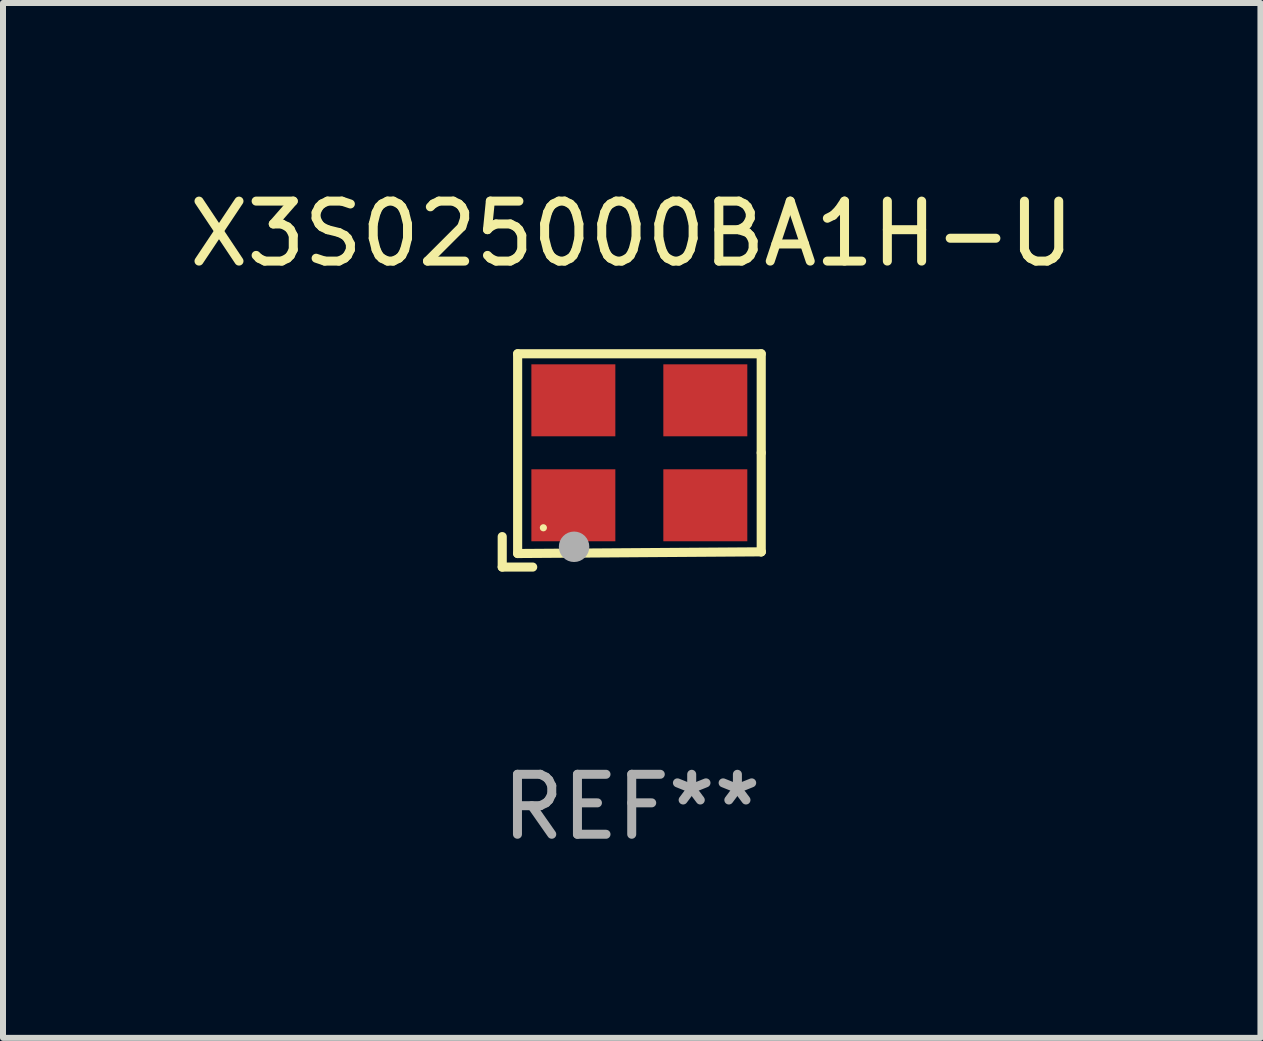
<source format=kicad_pcb>
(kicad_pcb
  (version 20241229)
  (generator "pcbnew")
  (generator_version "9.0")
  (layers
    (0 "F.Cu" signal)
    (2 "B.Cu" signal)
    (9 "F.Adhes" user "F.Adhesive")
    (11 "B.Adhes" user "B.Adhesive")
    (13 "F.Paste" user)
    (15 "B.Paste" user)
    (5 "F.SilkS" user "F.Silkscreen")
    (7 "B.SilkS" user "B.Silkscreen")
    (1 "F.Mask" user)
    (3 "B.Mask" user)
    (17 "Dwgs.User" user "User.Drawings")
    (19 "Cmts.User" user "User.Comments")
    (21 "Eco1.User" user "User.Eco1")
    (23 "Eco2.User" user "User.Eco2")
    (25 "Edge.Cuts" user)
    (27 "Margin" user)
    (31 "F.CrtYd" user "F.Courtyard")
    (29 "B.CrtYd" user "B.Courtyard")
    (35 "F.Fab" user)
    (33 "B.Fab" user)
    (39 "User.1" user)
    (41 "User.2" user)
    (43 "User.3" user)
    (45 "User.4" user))
  (footprint "X3S025000BA1H-U"
    (layer "F.Cu")
    (at 7.482 4.626)
    (property "Reference" "X3S025000BA1H-U" (at 0 -3.778 0) (layer "F.SilkS") (effects (font (size 1 1) (thickness 0.15))))
    (attr through_hole)
    (fp_line (start -2.159 1.27) (end -2.159 1.778) (stroke (width 0.152) (type solid)) (layer "F.SilkS"))
    (fp_line (start -2.159 1.778) (end -1.651 1.778) (stroke (width 0.152) (type solid)) (layer "F.SilkS"))
    (fp_line (start -1.902 -1.778) (end 2.159 -1.778) (stroke (width 0.152) (type solid)) (layer "F.SilkS"))
    (fp_line (start -1.902 1.552) (end -1.902 -1.778) (stroke (width 0.152) (type solid)) (layer "F.SilkS"))
    (fp_line (start 2.159 -1.778) (end 2.159 -0.127) (stroke (width 0.152) (type solid)) (layer "F.SilkS"))
    (fp_line (start 2.159 -0.127) (end 2.159 1.524) (stroke (width 0.152) (type solid)) (layer "F.SilkS"))
    (fp_line (start 2.159 1.524) (end -1.902 1.552) (stroke (width 0.152) (type solid)) (layer "F.SilkS"))
    (fp_line (start 2.159 1.524) (end 2.159 1.524) (stroke (width 0.152) (type solid)) (layer "F.SilkS"))
    (fp_circle (center -1.473 1.123) (end -1.443 1.123) (stroke (width 0.06) (type solid)) (fill no) (layer "F.SilkS"))
    (fp_circle (center -0.961 1.44) (end -0.834 1.44) (stroke (width 0.254) (type solid)) (fill no) (layer "F.Fab"))
    (fp_text user "REF**" (at 0 5.778 0) (layer "F.Fab") (effects (font (size 1 1) (thickness 0.15))))
    (pad "1" smd rect (at -0.973 0.748) (size 1.4 1.2) (layers "F.Cu" "F.Mask" "F.Paste"))
    (pad "2" smd rect (at 1.227 0.748) (size 1.4 1.2) (layers "F.Cu" "F.Mask" "F.Paste"))
    (pad "3" smd rect (at 1.227 -1.002) (size 1.4 1.2) (layers "F.Cu" "F.Mask" "F.Paste"))
    (pad "4" smd rect (at -0.973 -1.002) (size 1.4 1.2) (layers "F.Cu" "F.Mask" "F.Paste")))
  (gr_rect
    (start -3 -3)
    (end 17.964 14.253)
    (stroke (width 0.1) (type default))
    (fill no)
    (layer "Edge.Cuts")))
</source>
